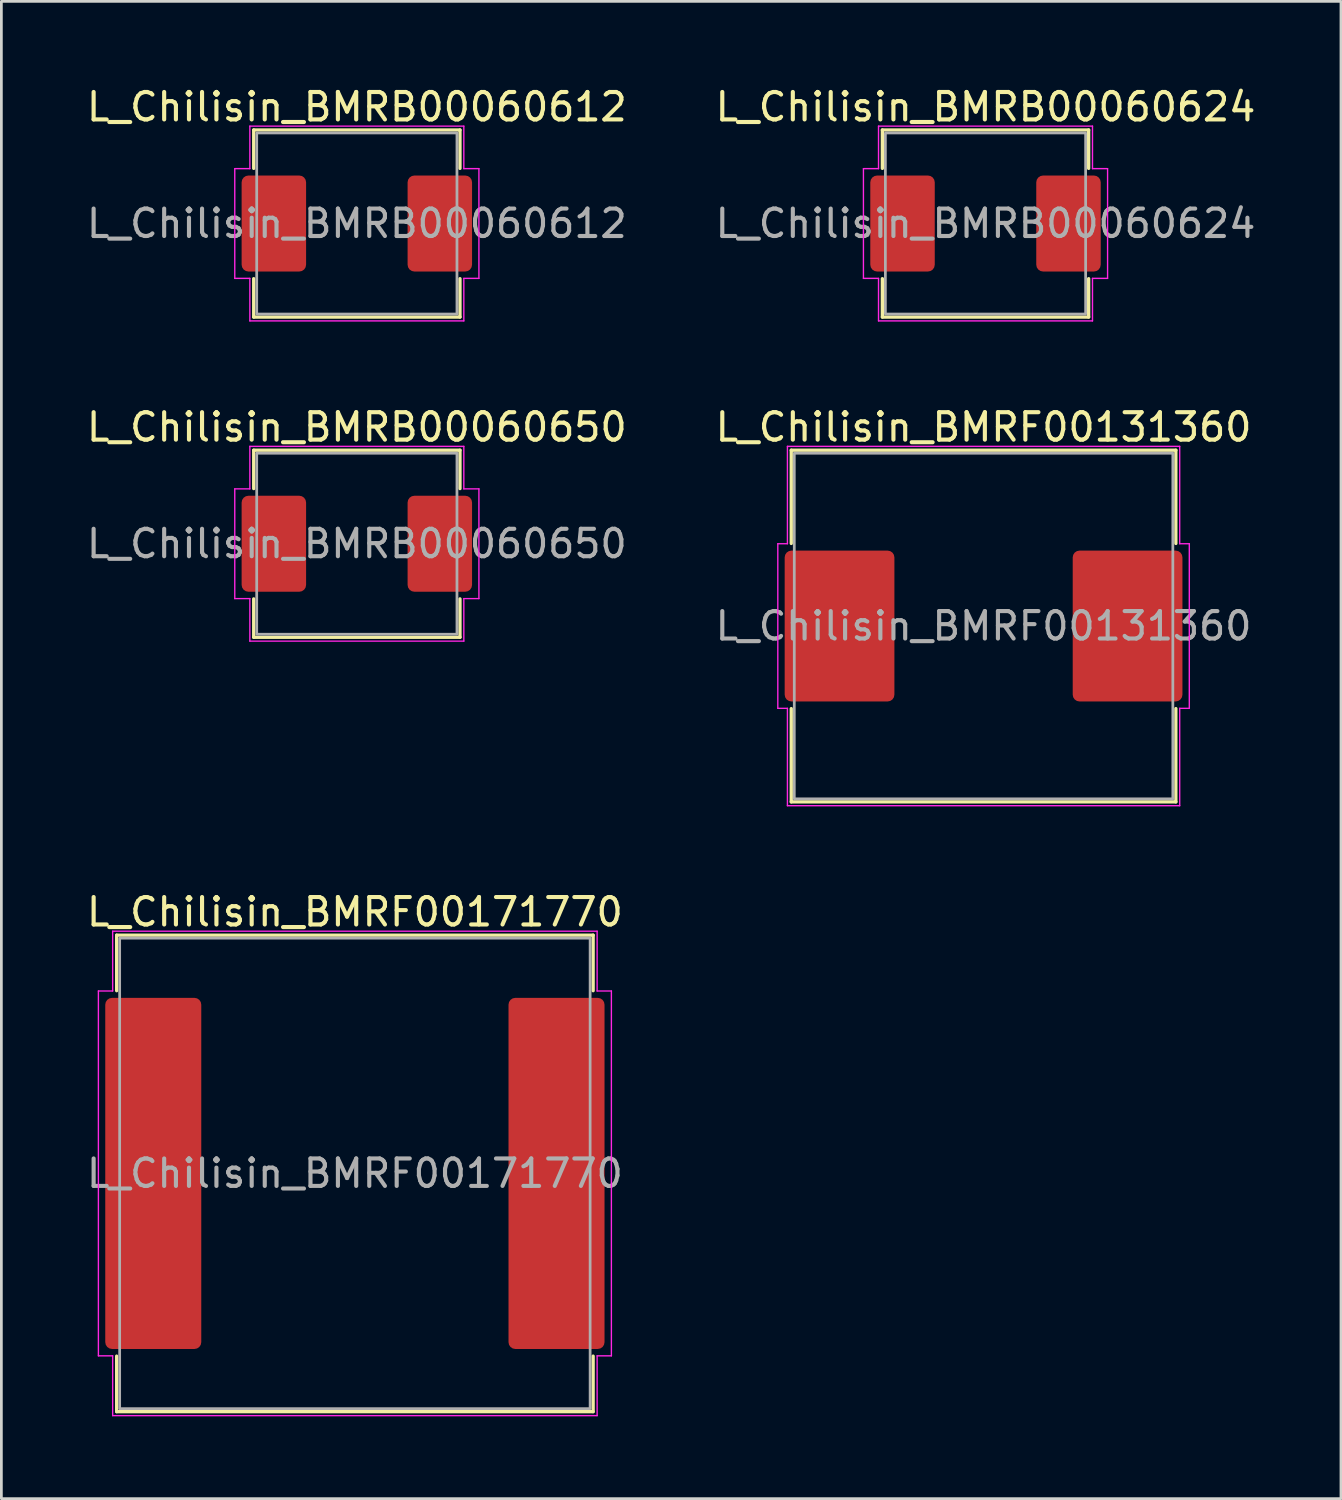
<source format=kicad_pcb>
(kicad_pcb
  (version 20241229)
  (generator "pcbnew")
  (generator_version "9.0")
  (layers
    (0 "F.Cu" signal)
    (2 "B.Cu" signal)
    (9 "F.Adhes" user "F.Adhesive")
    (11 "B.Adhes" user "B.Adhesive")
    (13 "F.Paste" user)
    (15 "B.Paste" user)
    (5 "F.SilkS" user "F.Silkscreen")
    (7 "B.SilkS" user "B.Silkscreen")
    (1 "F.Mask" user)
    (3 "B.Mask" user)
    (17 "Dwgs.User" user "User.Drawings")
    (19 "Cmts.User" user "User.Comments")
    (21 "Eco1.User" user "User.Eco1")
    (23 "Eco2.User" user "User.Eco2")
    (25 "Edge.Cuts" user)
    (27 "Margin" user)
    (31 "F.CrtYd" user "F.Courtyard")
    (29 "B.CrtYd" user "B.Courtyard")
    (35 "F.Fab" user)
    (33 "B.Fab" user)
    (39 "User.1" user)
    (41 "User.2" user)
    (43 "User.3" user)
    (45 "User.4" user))
  (footprint "L_Chilisin_BMRF00131360"
    (layer "F.Cu")
    (at 32.804 19.771)
    (property "Reference" "L_Chilisin_BMRF00131360" (at 0 -7.25 0) (layer "F.SilkS") (effects (font (size 1 1) (thickness 0.15))))
    (attr smd)
    (fp_line (start -7.01 -6.41) (end 7.01 -6.41) (stroke (width 0.12) (type solid)) (layer "F.SilkS"))
    (fp_line (start -7.01 -3.01) (end -7.01 -6.41) (stroke (width 0.12) (type solid)) (layer "F.SilkS"))
    (fp_line (start -7.01 6.41) (end -7.01 3.01) (stroke (width 0.12) (type solid)) (layer "F.SilkS"))
    (fp_line (start 7.01 -6.41) (end 7.01 -3.01) (stroke (width 0.12) (type solid)) (layer "F.SilkS"))
    (fp_line (start 7.01 3.01) (end 7.01 6.41) (stroke (width 0.12) (type solid)) (layer "F.SilkS"))
    (fp_line (start 7.01 6.41) (end -7.01 6.41) (stroke (width 0.12) (type solid)) (layer "F.SilkS"))
    (fp_line (start -7.5 -3) (end -7.15 -3) (stroke (width 0.05) (type solid)) (layer "F.CrtYd"))
    (fp_line (start -7.5 3) (end -7.5 -3) (stroke (width 0.05) (type solid)) (layer "F.CrtYd"))
    (fp_line (start -7.15 -6.55) (end 7.15 -6.55) (stroke (width 0.05) (type solid)) (layer "F.CrtYd"))
    (fp_line (start -7.15 -3) (end -7.15 -6.55) (stroke (width 0.05) (type solid)) (layer "F.CrtYd"))
    (fp_line (start -7.15 3) (end -7.5 3) (stroke (width 0.05) (type solid)) (layer "F.CrtYd"))
    (fp_line (start -7.15 6.55) (end -7.15 3) (stroke (width 0.05) (type solid)) (layer "F.CrtYd"))
    (fp_line (start 7.15 -6.55) (end 7.15 -3) (stroke (width 0.05) (type solid)) (layer "F.CrtYd"))
    (fp_line (start 7.15 -3) (end 7.5 -3) (stroke (width 0.05) (type solid)) (layer "F.CrtYd"))
    (fp_line (start 7.15 3) (end 7.15 6.55) (stroke (width 0.05) (type solid)) (layer "F.CrtYd"))
    (fp_line (start 7.15 6.55) (end -7.15 6.55) (stroke (width 0.05) (type solid)) (layer "F.CrtYd"))
    (fp_line (start 7.5 -3) (end 7.5 3) (stroke (width 0.05) (type solid)) (layer "F.CrtYd"))
    (fp_line (start 7.5 3) (end 7.15 3) (stroke (width 0.05) (type solid)) (layer "F.CrtYd"))
    (fp_rect (start -6.9 -6.3) (end 6.9 6.3) (stroke (width 0.1) (type solid)) (fill no) (layer "F.Fab"))
    (fp_text user "${REFERENCE}" (at 0 0 0) (layer "F.Fab") (effects (font (size 1 1) (thickness 0.15))))
    (pad "1" smd roundrect (at -5.25 0) (size 4 5.5) (layers "F.Cu" "F.Mask" "F.Paste") (roundrect_rratio 0.062))
    (pad "2" smd roundrect (at 5.25 0) (size 4 5.5) (layers "F.Cu" "F.Mask" "F.Paste") (roundrect_rratio 0.062)))
  (footprint "L_Chilisin_BMRB00060612"
    (layer "F.Cu")
    (at 9.958 5.098)
    (property "Reference" "L_Chilisin_BMRB00060612" (at 0 -4.25 0) (layer "F.SilkS") (effects (font (size 1 1) (thickness 0.15))))
    (attr smd)
    (fp_line (start -3.76 -3.41) (end 3.76 -3.41) (stroke (width 0.12) (type solid)) (layer "F.SilkS"))
    (fp_line (start -3.76 -2.01) (end -3.76 -3.41) (stroke (width 0.12) (type solid)) (layer "F.SilkS"))
    (fp_line (start -3.76 3.41) (end -3.76 2.01) (stroke (width 0.12) (type solid)) (layer "F.SilkS"))
    (fp_line (start 3.76 -3.41) (end 3.76 -2.01) (stroke (width 0.12) (type solid)) (layer "F.SilkS"))
    (fp_line (start 3.76 2.01) (end 3.76 3.41) (stroke (width 0.12) (type solid)) (layer "F.SilkS"))
    (fp_line (start 3.76 3.41) (end -3.76 3.41) (stroke (width 0.12) (type solid)) (layer "F.SilkS"))
    (fp_line (start -4.45 -2) (end -3.9 -2) (stroke (width 0.05) (type solid)) (layer "F.CrtYd"))
    (fp_line (start -4.45 2) (end -4.45 -2) (stroke (width 0.05) (type solid)) (layer "F.CrtYd"))
    (fp_line (start -3.9 -3.55) (end 3.9 -3.55) (stroke (width 0.05) (type solid)) (layer "F.CrtYd"))
    (fp_line (start -3.9 -2) (end -3.9 -3.55) (stroke (width 0.05) (type solid)) (layer "F.CrtYd"))
    (fp_line (start -3.9 2) (end -4.45 2) (stroke (width 0.05) (type solid)) (layer "F.CrtYd"))
    (fp_line (start -3.9 3.55) (end -3.9 2) (stroke (width 0.05) (type solid)) (layer "F.CrtYd"))
    (fp_line (start 3.9 -3.55) (end 3.9 -2) (stroke (width 0.05) (type solid)) (layer "F.CrtYd"))
    (fp_line (start 3.9 -2) (end 4.45 -2) (stroke (width 0.05) (type solid)) (layer "F.CrtYd"))
    (fp_line (start 3.9 2) (end 3.9 3.55) (stroke (width 0.05) (type solid)) (layer "F.CrtYd"))
    (fp_line (start 3.9 3.55) (end -3.9 3.55) (stroke (width 0.05) (type solid)) (layer "F.CrtYd"))
    (fp_line (start 4.45 -2) (end 4.45 2) (stroke (width 0.05) (type solid)) (layer "F.CrtYd"))
    (fp_line (start 4.45 2) (end 3.9 2) (stroke (width 0.05) (type solid)) (layer "F.CrtYd"))
    (fp_rect (start -3.65 -3.3) (end 3.65 3.3) (stroke (width 0.1) (type solid)) (fill no) (layer "F.Fab"))
    (fp_text user "${REFERENCE}" (at 0 0 0) (layer "F.Fab") (effects (font (size 1 1) (thickness 0.15))))
    (pad "1" smd roundrect (at -3.025 0) (size 2.35 3.5) (layers "F.Cu" "F.Mask" "F.Paste") (roundrect_rratio 0.106))
    (pad "2" smd roundrect (at 3.025 0) (size 2.35 3.5) (layers "F.Cu" "F.Mask" "F.Paste") (roundrect_rratio 0.106)))
  (footprint "L_Chilisin_BMRF00171770"
    (layer "F.Cu")
    (at 9.887 39.725)
    (property "Reference" "L_Chilisin_BMRF00171770" (at 0 -9.53 0) (layer "F.SilkS") (effects (font (size 1 1) (thickness 0.15))))
    (attr smd)
    (fp_line (start -8.685 -8.685) (end 8.685 -8.685) (stroke (width 0.12) (type solid)) (layer "F.SilkS"))
    (fp_line (start -8.685 -6.66) (end -8.685 -8.685) (stroke (width 0.12) (type solid)) (layer "F.SilkS"))
    (fp_line (start -8.685 8.685) (end -8.685 6.66) (stroke (width 0.12) (type solid)) (layer "F.SilkS"))
    (fp_line (start 8.685 -8.685) (end 8.685 -6.66) (stroke (width 0.12) (type solid)) (layer "F.SilkS"))
    (fp_line (start 8.685 6.66) (end 8.685 8.685) (stroke (width 0.12) (type solid)) (layer "F.SilkS"))
    (fp_line (start 8.685 8.685) (end -8.685 8.685) (stroke (width 0.12) (type solid)) (layer "F.SilkS"))
    (fp_line (start -9.35 -6.65) (end -8.83 -6.65) (stroke (width 0.05) (type solid)) (layer "F.CrtYd"))
    (fp_line (start -9.35 6.65) (end -9.35 -6.65) (stroke (width 0.05) (type solid)) (layer "F.CrtYd"))
    (fp_line (start -8.83 -8.83) (end 8.83 -8.83) (stroke (width 0.05) (type solid)) (layer "F.CrtYd"))
    (fp_line (start -8.83 -6.65) (end -8.83 -8.83) (stroke (width 0.05) (type solid)) (layer "F.CrtYd"))
    (fp_line (start -8.83 6.65) (end -9.35 6.65) (stroke (width 0.05) (type solid)) (layer "F.CrtYd"))
    (fp_line (start -8.83 8.83) (end -8.83 6.65) (stroke (width 0.05) (type solid)) (layer "F.CrtYd"))
    (fp_line (start 8.83 -8.83) (end 8.83 -6.65) (stroke (width 0.05) (type solid)) (layer "F.CrtYd"))
    (fp_line (start 8.83 -6.65) (end 9.35 -6.65) (stroke (width 0.05) (type solid)) (layer "F.CrtYd"))
    (fp_line (start 8.83 6.65) (end 8.83 8.83) (stroke (width 0.05) (type solid)) (layer "F.CrtYd"))
    (fp_line (start 8.83 8.83) (end -8.83 8.83) (stroke (width 0.05) (type solid)) (layer "F.CrtYd"))
    (fp_line (start 9.35 -6.65) (end 9.35 6.65) (stroke (width 0.05) (type solid)) (layer "F.CrtYd"))
    (fp_line (start 9.35 6.65) (end 8.83 6.65) (stroke (width 0.05) (type solid)) (layer "F.CrtYd"))
    (fp_rect (start -8.575 -8.575) (end 8.575 8.575) (stroke (width 0.1) (type solid)) (fill no) (layer "F.Fab"))
    (fp_text user "${REFERENCE}" (at 0 0 0) (layer "F.Fab") (effects (font (size 1 1) (thickness 0.15))))
    (pad "1" smd roundrect (at -7.35 0) (size 3.5 12.8) (layers "F.Cu" "F.Mask" "F.Paste") (roundrect_rratio 0.071))
    (pad "2" smd roundrect (at 7.35 0) (size 3.5 12.8) (layers "F.Cu" "F.Mask" "F.Paste") (roundrect_rratio 0.071)))
  (footprint "L_Chilisin_BMRB00060624"
    (layer "F.Cu")
    (at 32.875 5.098)
    (property "Reference" "L_Chilisin_BMRB00060624" (at 0 -4.25 0) (layer "F.SilkS") (effects (font (size 1 1) (thickness 0.15))))
    (attr smd)
    (fp_line (start -3.76 -3.41) (end 3.76 -3.41) (stroke (width 0.12) (type solid)) (layer "F.SilkS"))
    (fp_line (start -3.76 -2.01) (end -3.76 -3.41) (stroke (width 0.12) (type solid)) (layer "F.SilkS"))
    (fp_line (start -3.76 3.41) (end -3.76 2.01) (stroke (width 0.12) (type solid)) (layer "F.SilkS"))
    (fp_line (start 3.76 -3.41) (end 3.76 -2.01) (stroke (width 0.12) (type solid)) (layer "F.SilkS"))
    (fp_line (start 3.76 2.01) (end 3.76 3.41) (stroke (width 0.12) (type solid)) (layer "F.SilkS"))
    (fp_line (start 3.76 3.41) (end -3.76 3.41) (stroke (width 0.12) (type solid)) (layer "F.SilkS"))
    (fp_line (start -4.45 -2) (end -3.9 -2) (stroke (width 0.05) (type solid)) (layer "F.CrtYd"))
    (fp_line (start -4.45 2) (end -4.45 -2) (stroke (width 0.05) (type solid)) (layer "F.CrtYd"))
    (fp_line (start -3.9 -3.55) (end 3.9 -3.55) (stroke (width 0.05) (type solid)) (layer "F.CrtYd"))
    (fp_line (start -3.9 -2) (end -3.9 -3.55) (stroke (width 0.05) (type solid)) (layer "F.CrtYd"))
    (fp_line (start -3.9 2) (end -4.45 2) (stroke (width 0.05) (type solid)) (layer "F.CrtYd"))
    (fp_line (start -3.9 3.55) (end -3.9 2) (stroke (width 0.05) (type solid)) (layer "F.CrtYd"))
    (fp_line (start 3.9 -3.55) (end 3.9 -2) (stroke (width 0.05) (type solid)) (layer "F.CrtYd"))
    (fp_line (start 3.9 -2) (end 4.45 -2) (stroke (width 0.05) (type solid)) (layer "F.CrtYd"))
    (fp_line (start 3.9 2) (end 3.9 3.55) (stroke (width 0.05) (type solid)) (layer "F.CrtYd"))
    (fp_line (start 3.9 3.55) (end -3.9 3.55) (stroke (width 0.05) (type solid)) (layer "F.CrtYd"))
    (fp_line (start 4.45 -2) (end 4.45 2) (stroke (width 0.05) (type solid)) (layer "F.CrtYd"))
    (fp_line (start 4.45 2) (end 3.9 2) (stroke (width 0.05) (type solid)) (layer "F.CrtYd"))
    (fp_rect (start -3.65 -3.3) (end 3.65 3.3) (stroke (width 0.1) (type solid)) (fill no) (layer "F.Fab"))
    (fp_text user "${REFERENCE}" (at 0 0 0) (layer "F.Fab") (effects (font (size 1 1) (thickness 0.15))))
    (pad "1" smd roundrect (at -3.025 0) (size 2.35 3.5) (layers "F.Cu" "F.Mask" "F.Paste") (roundrect_rratio 0.106))
    (pad "2" smd roundrect (at 3.025 0) (size 2.35 3.5) (layers "F.Cu" "F.Mask" "F.Paste") (roundrect_rratio 0.106)))
  (footprint "L_Chilisin_BMRB00060650"
    (layer "F.Cu")
    (at 9.958 16.771)
    (property "Reference" "L_Chilisin_BMRB00060650" (at 0 -4.25 0) (layer "F.SilkS") (effects (font (size 1 1) (thickness 0.15))))
    (attr smd)
    (fp_line (start -3.76 -3.41) (end 3.76 -3.41) (stroke (width 0.12) (type solid)) (layer "F.SilkS"))
    (fp_line (start -3.76 -2.01) (end -3.76 -3.41) (stroke (width 0.12) (type solid)) (layer "F.SilkS"))
    (fp_line (start -3.76 3.41) (end -3.76 2.01) (stroke (width 0.12) (type solid)) (layer "F.SilkS"))
    (fp_line (start 3.76 -3.41) (end 3.76 -2.01) (stroke (width 0.12) (type solid)) (layer "F.SilkS"))
    (fp_line (start 3.76 2.01) (end 3.76 3.41) (stroke (width 0.12) (type solid)) (layer "F.SilkS"))
    (fp_line (start 3.76 3.41) (end -3.76 3.41) (stroke (width 0.12) (type solid)) (layer "F.SilkS"))
    (fp_line (start -4.45 -2) (end -3.9 -2) (stroke (width 0.05) (type solid)) (layer "F.CrtYd"))
    (fp_line (start -4.45 2) (end -4.45 -2) (stroke (width 0.05) (type solid)) (layer "F.CrtYd"))
    (fp_line (start -3.9 -3.55) (end 3.9 -3.55) (stroke (width 0.05) (type solid)) (layer "F.CrtYd"))
    (fp_line (start -3.9 -2) (end -3.9 -3.55) (stroke (width 0.05) (type solid)) (layer "F.CrtYd"))
    (fp_line (start -3.9 2) (end -4.45 2) (stroke (width 0.05) (type solid)) (layer "F.CrtYd"))
    (fp_line (start -3.9 3.55) (end -3.9 2) (stroke (width 0.05) (type solid)) (layer "F.CrtYd"))
    (fp_line (start 3.9 -3.55) (end 3.9 -2) (stroke (width 0.05) (type solid)) (layer "F.CrtYd"))
    (fp_line (start 3.9 -2) (end 4.45 -2) (stroke (width 0.05) (type solid)) (layer "F.CrtYd"))
    (fp_line (start 3.9 2) (end 3.9 3.55) (stroke (width 0.05) (type solid)) (layer "F.CrtYd"))
    (fp_line (start 3.9 3.55) (end -3.9 3.55) (stroke (width 0.05) (type solid)) (layer "F.CrtYd"))
    (fp_line (start 4.45 -2) (end 4.45 2) (stroke (width 0.05) (type solid)) (layer "F.CrtYd"))
    (fp_line (start 4.45 2) (end 3.9 2) (stroke (width 0.05) (type solid)) (layer "F.CrtYd"))
    (fp_rect (start -3.65 -3.3) (end 3.65 3.3) (stroke (width 0.1) (type solid)) (fill no) (layer "F.Fab"))
    (fp_text user "${REFERENCE}" (at 0 0 0) (layer "F.Fab") (effects (font (size 1 1) (thickness 0.15))))
    (pad "1" smd roundrect (at -3.025 0) (size 2.35 3.5) (layers "F.Cu" "F.Mask" "F.Paste") (roundrect_rratio 0.106))
    (pad "2" smd roundrect (at 3.025 0) (size 2.35 3.5) (layers "F.Cu" "F.Mask" "F.Paste") (roundrect_rratio 0.106)))
  (gr_rect
    (start -3 -3)
    (end 45.833 51.58)
    (stroke (width 0.1) (type default))
    (fill no)
    (layer "Edge.Cuts")))
</source>
